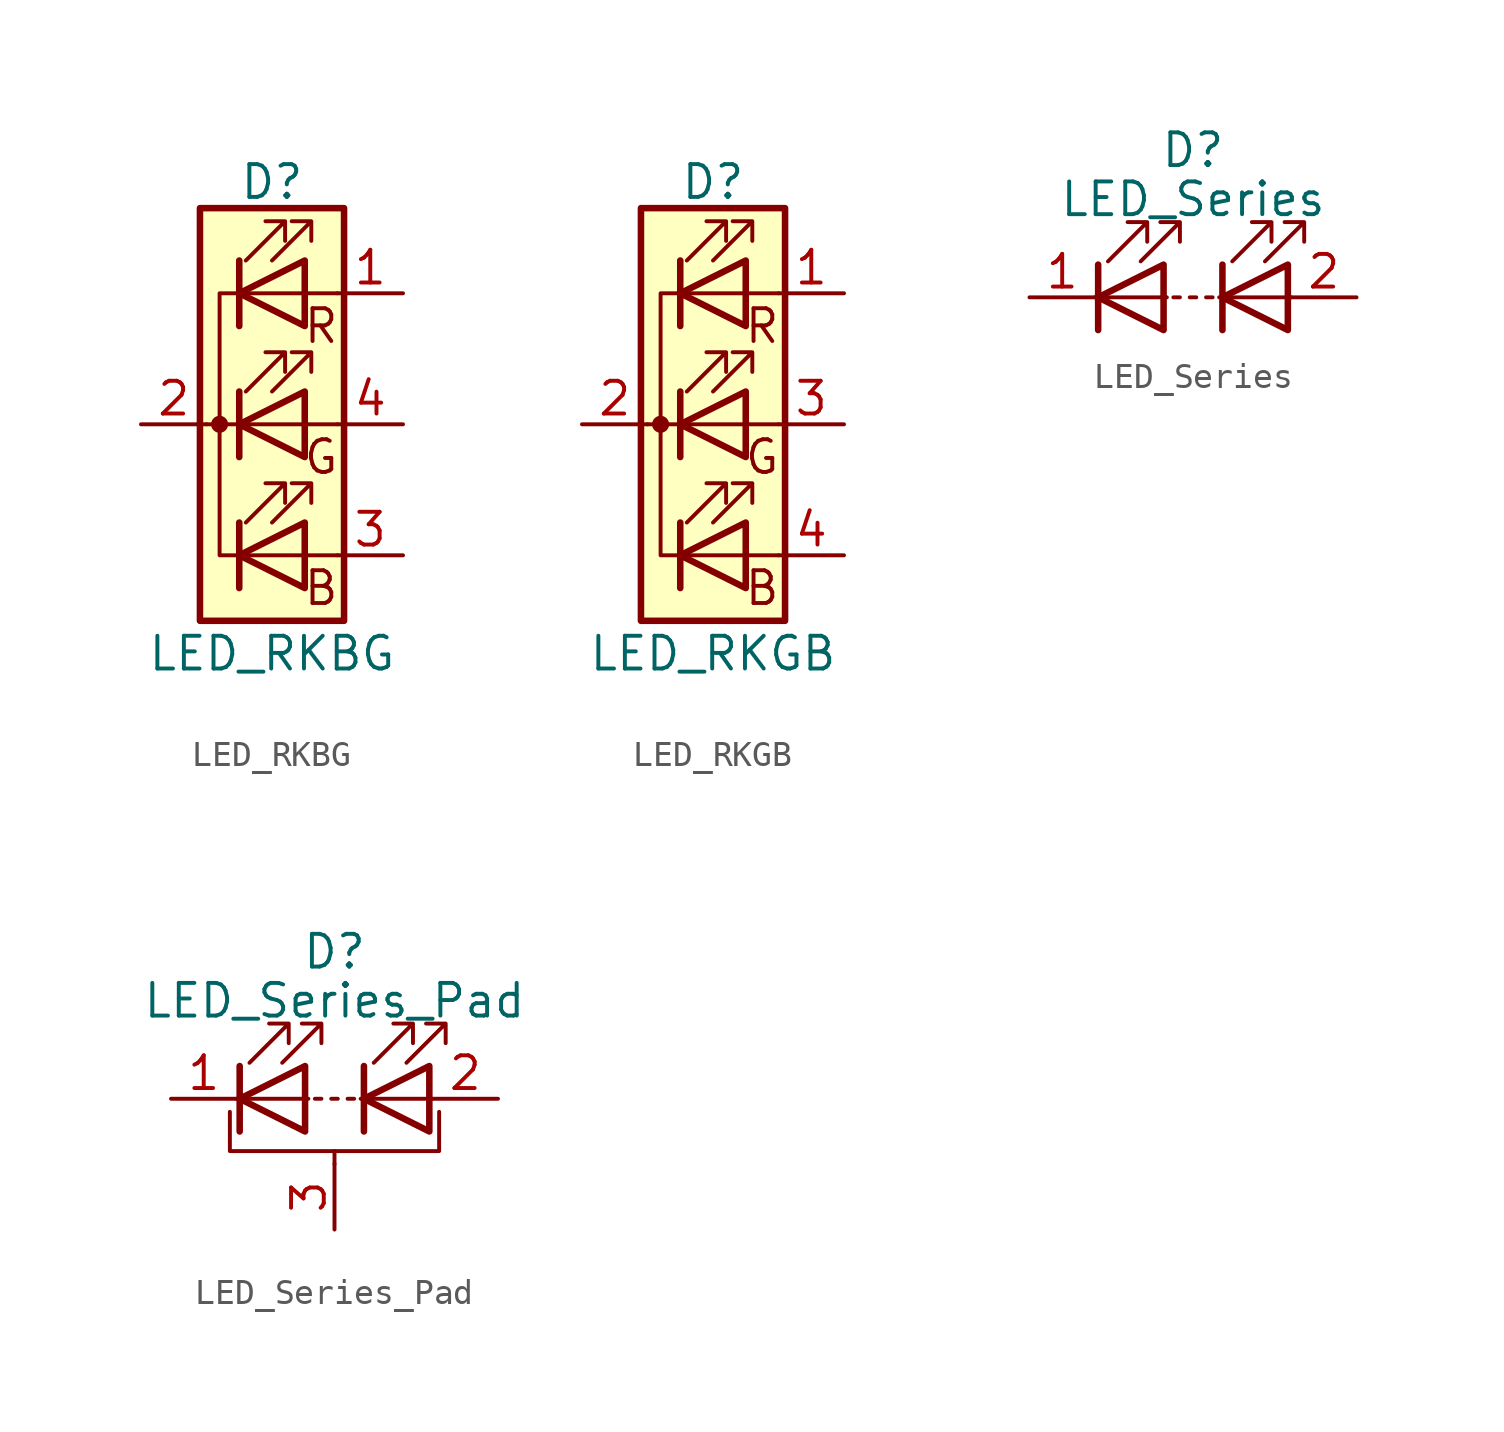
<source format=kicad_sym>
(kicad_symbol_lib
  (version 20241209)
  (generator "kicad_symbol_editor")
  (generator_version "9.0")
  (symbol "LED_RKBG"
    (pin_names
      (offset 0)
      (hide yes))
    (property "Reference" "D"
      (at 0 9.398 0)
      (effects (font (size 1.27 1.27))))
    (property "Value" "LED_RKBG"
      (at 0 -8.89 0)
      (effects (font (size 1.27 1.27))))
    (symbol "LED_RKBG_0_0"
      (text "R" (at 1.905 3.81 0) (effects (font (size 1.27 1.27))))
      (text "G" (at 1.905 -1.27 0) (effects (font (size 1.27 1.27))))
      (text "B" (at 1.905 -6.35 0) (effects (font (size 1.27 1.27)))))
    (symbol "LED_RKBG_0_1"
      (circle (center -2.032 0) (radius 0.254) (stroke (width 0) (type default)) (fill (type outline)))
      (polyline (pts (xy -1.27 6.35) (xy -1.27 3.81)) (stroke (width 0.254) (type default)) (fill (type none)))
      (polyline (pts (xy -1.27 6.35) (xy -1.27 3.81) (xy -1.27 3.81)) (stroke (width 0) (type default)) (fill (type none)))
      (polyline (pts (xy -1.27 5.08) (xy 1.27 5.08)) (stroke (width 0) (type default)) (fill (type none)))
      (polyline (pts (xy -1.27 5.08) (xy -2.032 5.08) (xy -2.032 -5.08) (xy -1.016 -5.08)) (stroke (width 0) (type default)) (fill (type none)))
      (polyline (pts (xy -1.27 1.27) (xy -1.27 -1.27)) (stroke (width 0.254) (type default)) (fill (type none)))
      (polyline (pts (xy -1.27 1.27) (xy -1.27 -1.27) (xy -1.27 -1.27)) (stroke (width 0) (type default)) (fill (type none)))
      (polyline (pts (xy -1.27 0) (xy -2.54 0)) (stroke (width 0) (type default)) (fill (type none)))
      (polyline (pts (xy -1.27 -3.81) (xy -1.27 -6.35)) (stroke (width 0.254) (type default)) (fill (type none)))
      (polyline (pts (xy -1.27 -5.08) (xy 1.27 -5.08)) (stroke (width 0) (type default)) (fill (type none)))
      (polyline (pts (xy -1.016 6.35) (xy 0.508 7.874) (xy -0.254 7.874) (xy 0.508 7.874) (xy 0.508 7.112)) (stroke (width 0) (type default)) (fill (type none)))
      (polyline (pts (xy -1.016 1.27) (xy 0.508 2.794) (xy -0.254 2.794) (xy 0.508 2.794) (xy 0.508 2.032)) (stroke (width 0) (type default)) (fill (type none)))
      (polyline (pts (xy -1.016 -3.81) (xy 0.508 -2.286) (xy -0.254 -2.286) (xy 0.508 -2.286) (xy 0.508 -3.048)) (stroke (width 0) (type default)) (fill (type none)))
      (polyline (pts (xy 0 6.35) (xy 1.524 7.874) (xy 0.762 7.874) (xy 1.524 7.874) (xy 1.524 7.112)) (stroke (width 0) (type default)) (fill (type none)))
      (polyline (pts (xy 0 1.27) (xy 1.524 2.794) (xy 0.762 2.794) (xy 1.524 2.794) (xy 1.524 2.032)) (stroke (width 0) (type default)) (fill (type none)))
      (polyline (pts (xy 0 -3.81) (xy 1.524 -2.286) (xy 0.762 -2.286) (xy 1.524 -2.286) (xy 1.524 -3.048)) (stroke (width 0) (type default)) (fill (type none)))
      (polyline (pts (xy 1.27 6.35) (xy 1.27 3.81) (xy -1.27 5.08) (xy 1.27 6.35)) (stroke (width 0.254) (type default)) (fill (type none)))
      (rectangle (start 1.27 6.35) (end 1.27 6.35) (stroke (width 0) (type default)) (fill (type none)))
      (polyline (pts (xy 1.27 5.08) (xy 2.54 5.08)) (stroke (width 0) (type default)) (fill (type none)))
      (rectangle (start 1.27 3.81) (end 1.27 6.35) (stroke (width 0) (type default)) (fill (type none)))
      (polyline (pts (xy 1.27 1.27) (xy 1.27 -1.27) (xy -1.27 0) (xy 1.27 1.27)) (stroke (width 0.254) (type default)) (fill (type none)))
      (rectangle (start 1.27 1.27) (end 1.27 1.27) (stroke (width 0) (type default)) (fill (type none)))
      (polyline (pts (xy 1.27 0) (xy -1.27 0)) (stroke (width 0) (type default)) (fill (type none)))
      (polyline (pts (xy 1.27 0) (xy 2.54 0)) (stroke (width 0) (type default)) (fill (type none)))
      (rectangle (start 1.27 -1.27) (end 1.27 1.27) (stroke (width 0) (type default)) (fill (type none)))
      (polyline (pts (xy 1.27 -3.81) (xy 1.27 -6.35) (xy -1.27 -5.08) (xy 1.27 -3.81)) (stroke (width 0.254) (type default)) (fill (type none)))
      (polyline (pts (xy 1.27 -5.08) (xy 2.54 -5.08)) (stroke (width 0) (type default)) (fill (type none)))
      (rectangle (start 2.794 8.382) (end -2.794 -7.62) (stroke (width 0.254) (type default)) (fill (type background))))
    (symbol "LED_RKBG_1_1"
      (pin passive line (at -5.08 0 0) (length 2.54) (name "K" (effects (font (size 1.27 1.27)))) (number "2" (effects (font (size 1.27 1.27)))))
      (pin passive line (at 5.08 5.08 180) (length 2.54) (name "RA" (effects (font (size 1.27 1.27)))) (number "1" (effects (font (size 1.27 1.27)))))
      (pin passive line (at 5.08 0 180) (length 2.54) (name "GA" (effects (font (size 1.27 1.27)))) (number "4" (effects (font (size 1.27 1.27)))))
      (pin passive line (at 5.08 -5.08 180) (length 2.54) (name "BA" (effects (font (size 1.27 1.27)))) (number "3" (effects (font (size 1.27 1.27)))))))
  (symbol "LED_RKGB"
    (pin_names
      (offset 0)
      (hide yes))
    (property "Reference" "D"
      (at 0 9.398 0)
      (effects (font (size 1.27 1.27))))
    (property "Value" "LED_RKGB"
      (at 0 -8.89 0)
      (effects (font (size 1.27 1.27))))
    (symbol "LED_RKGB_0_0"
      (text "R" (at 1.905 3.81 0) (effects (font (size 1.27 1.27))))
      (text "G" (at 1.905 -1.27 0) (effects (font (size 1.27 1.27))))
      (text "B" (at 1.905 -6.35 0) (effects (font (size 1.27 1.27)))))
    (symbol "LED_RKGB_0_1"
      (circle (center -2.032 0) (radius 0.254) (stroke (width 0) (type default)) (fill (type outline)))
      (polyline (pts (xy -1.27 6.35) (xy -1.27 3.81)) (stroke (width 0.254) (type default)) (fill (type none)))
      (polyline (pts (xy -1.27 6.35) (xy -1.27 3.81) (xy -1.27 3.81)) (stroke (width 0) (type default)) (fill (type none)))
      (polyline (pts (xy -1.27 5.08) (xy 1.27 5.08)) (stroke (width 0) (type default)) (fill (type none)))
      (polyline (pts (xy -1.27 5.08) (xy -2.032 5.08) (xy -2.032 -5.08) (xy -1.016 -5.08)) (stroke (width 0) (type default)) (fill (type none)))
      (polyline (pts (xy -1.27 1.27) (xy -1.27 -1.27)) (stroke (width 0.254) (type default)) (fill (type none)))
      (polyline (pts (xy -1.27 1.27) (xy -1.27 -1.27) (xy -1.27 -1.27)) (stroke (width 0) (type default)) (fill (type none)))
      (polyline (pts (xy -1.27 0) (xy -2.54 0)) (stroke (width 0) (type default)) (fill (type none)))
      (polyline (pts (xy -1.27 -3.81) (xy -1.27 -6.35)) (stroke (width 0.254) (type default)) (fill (type none)))
      (polyline (pts (xy -1.27 -5.08) (xy 1.27 -5.08)) (stroke (width 0) (type default)) (fill (type none)))
      (polyline (pts (xy -1.016 6.35) (xy 0.508 7.874) (xy -0.254 7.874) (xy 0.508 7.874) (xy 0.508 7.112)) (stroke (width 0) (type default)) (fill (type none)))
      (polyline (pts (xy -1.016 1.27) (xy 0.508 2.794) (xy -0.254 2.794) (xy 0.508 2.794) (xy 0.508 2.032)) (stroke (width 0) (type default)) (fill (type none)))
      (polyline (pts (xy -1.016 -3.81) (xy 0.508 -2.286) (xy -0.254 -2.286) (xy 0.508 -2.286) (xy 0.508 -3.048)) (stroke (width 0) (type default)) (fill (type none)))
      (polyline (pts (xy 0 6.35) (xy 1.524 7.874) (xy 0.762 7.874) (xy 1.524 7.874) (xy 1.524 7.112)) (stroke (width 0) (type default)) (fill (type none)))
      (polyline (pts (xy 0 1.27) (xy 1.524 2.794) (xy 0.762 2.794) (xy 1.524 2.794) (xy 1.524 2.032)) (stroke (width 0) (type default)) (fill (type none)))
      (polyline (pts (xy 0 -3.81) (xy 1.524 -2.286) (xy 0.762 -2.286) (xy 1.524 -2.286) (xy 1.524 -3.048)) (stroke (width 0) (type default)) (fill (type none)))
      (polyline (pts (xy 1.27 6.35) (xy 1.27 3.81) (xy -1.27 5.08) (xy 1.27 6.35)) (stroke (width 0.254) (type default)) (fill (type none)))
      (rectangle (start 1.27 6.35) (end 1.27 6.35) (stroke (width 0) (type default)) (fill (type none)))
      (polyline (pts (xy 1.27 5.08) (xy 2.54 5.08)) (stroke (width 0) (type default)) (fill (type none)))
      (rectangle (start 1.27 3.81) (end 1.27 6.35) (stroke (width 0) (type default)) (fill (type none)))
      (polyline (pts (xy 1.27 1.27) (xy 1.27 -1.27) (xy -1.27 0) (xy 1.27 1.27)) (stroke (width 0.254) (type default)) (fill (type none)))
      (rectangle (start 1.27 1.27) (end 1.27 1.27) (stroke (width 0) (type default)) (fill (type none)))
      (polyline (pts (xy 1.27 0) (xy -1.27 0)) (stroke (width 0) (type default)) (fill (type none)))
      (polyline (pts (xy 1.27 0) (xy 2.54 0)) (stroke (width 0) (type default)) (fill (type none)))
      (rectangle (start 1.27 -1.27) (end 1.27 1.27) (stroke (width 0) (type default)) (fill (type none)))
      (polyline (pts (xy 1.27 -3.81) (xy 1.27 -6.35) (xy -1.27 -5.08) (xy 1.27 -3.81)) (stroke (width 0.254) (type default)) (fill (type none)))
      (polyline (pts (xy 1.27 -5.08) (xy 2.54 -5.08)) (stroke (width 0) (type default)) (fill (type none)))
      (rectangle (start 2.794 8.382) (end -2.794 -7.62) (stroke (width 0.254) (type default)) (fill (type background))))
    (symbol "LED_RKGB_1_1"
      (pin passive line (at -5.08 0 0) (length 2.54) (name "K" (effects (font (size 1.27 1.27)))) (number "2" (effects (font (size 1.27 1.27)))))
      (pin passive line (at 5.08 5.08 180) (length 2.54) (name "RA" (effects (font (size 1.27 1.27)))) (number "1" (effects (font (size 1.27 1.27)))))
      (pin passive line (at 5.08 0 180) (length 2.54) (name "GA" (effects (font (size 1.27 1.27)))) (number "3" (effects (font (size 1.27 1.27)))))
      (pin passive line (at 5.08 -5.08 180) (length 2.54) (name "BA" (effects (font (size 1.27 1.27)))) (number "4" (effects (font (size 1.27 1.27)))))))
  (symbol "LED_Series"
    (pin_names
      (offset 1.016)
      (hide yes))
    (property "Reference" "D"
      (at 0 5.715 0)
      (effects (font (size 1.27 1.27))))
    (property "Value" "LED_Series"
      (at 0 3.81 0)
      (effects (font (size 1.27 1.27))))
    (symbol "LED_Series_0_1"
      (polyline (pts (xy -3.81 0) (xy -1.016 0)) (stroke (width 0) (type default)) (fill (type none)))
      (polyline (pts (xy -3.683 -1.27) (xy -3.683 1.27)) (stroke (width 0.254) (type default)) (fill (type none)))
      (polyline (pts (xy -3.302 1.397) (xy -1.778 2.921) (xy -2.54 2.921) (xy -1.778 2.921) (xy -1.778 2.159)) (stroke (width 0) (type default)) (fill (type none)))
      (polyline (pts (xy -2.032 1.397) (xy -0.508 2.921) (xy -1.27 2.921) (xy -0.508 2.921) (xy -0.508 2.159)) (stroke (width 0) (type default)) (fill (type none)))
      (polyline (pts (xy -1.143 -1.27) (xy -1.143 1.27) (xy -3.683 0) (xy -1.143 -1.27)) (stroke (width 0.254) (type default)) (fill (type none)))
      (polyline (pts (xy -0.508 0) (xy -0.762 0)) (stroke (width 0) (type default)) (fill (type none)))
      (polyline (pts (xy 0.127 0) (xy -0.127 0)) (stroke (width 0) (type default)) (fill (type none)))
      (polyline (pts (xy 0.508 0) (xy 0.762 0)) (stroke (width 0) (type default)) (fill (type none)))
      (polyline (pts (xy 1.016 0) (xy 3.81 0)) (stroke (width 0) (type default)) (fill (type none)))
      (polyline (pts (xy 1.143 -1.27) (xy 1.143 1.27)) (stroke (width 0.254) (type default)) (fill (type none)))
      (polyline (pts (xy 1.524 1.397) (xy 3.048 2.921) (xy 2.286 2.921) (xy 3.048 2.921) (xy 3.048 2.159)) (stroke (width 0) (type default)) (fill (type none)))
      (polyline (pts (xy 2.794 1.397) (xy 4.318 2.921) (xy 3.556 2.921) (xy 4.318 2.921) (xy 4.318 2.159)) (stroke (width 0) (type default)) (fill (type none)))
      (polyline (pts (xy 3.683 -1.27) (xy 3.683 1.27) (xy 1.143 0) (xy 3.683 -1.27)) (stroke (width 0.254) (type default)) (fill (type none))))
    (symbol "LED_Series_1_1"
      (pin passive line (at -6.35 0 0) (length 2.54) (name "K" (effects (font (size 1.27 1.27)))) (number "1" (effects (font (size 1.27 1.27)))))
      (pin passive line (at 6.35 0 180) (length 2.54) (name "A" (effects (font (size 1.27 1.27)))) (number "2" (effects (font (size 1.27 1.27)))))))
  (symbol "LED_Series_Pad"
    (pin_names
      (offset 1.016)
      (hide yes))
    (property "Reference" "D"
      (at 0 5.715 0)
      (effects (font (size 1.27 1.27))))
    (property "Value" "LED_Series_Pad"
      (at 0 3.81 0)
      (effects (font (size 1.27 1.27))))
    (symbol "LED_Series_Pad_0_1"
      (polyline (pts (xy -4.064 -0.508) (xy -4.064 -2.032) (xy 4.064 -2.032) (xy 4.064 -0.508)) (stroke (width 0) (type default)) (fill (type none)))
      (polyline (pts (xy -3.81 0) (xy -1.016 0)) (stroke (width 0) (type default)) (fill (type none)))
      (polyline (pts (xy -3.683 -1.27) (xy -3.683 1.27)) (stroke (width 0.254) (type default)) (fill (type none)))
      (polyline (pts (xy -3.302 1.397) (xy -1.778 2.921) (xy -2.54 2.921) (xy -1.778 2.921) (xy -1.778 2.159)) (stroke (width 0) (type default)) (fill (type none)))
      (polyline (pts (xy -2.032 1.397) (xy -0.508 2.921) (xy -1.27 2.921) (xy -0.508 2.921) (xy -0.508 2.159)) (stroke (width 0) (type default)) (fill (type none)))
      (polyline (pts (xy -1.143 -1.27) (xy -1.143 1.27) (xy -3.683 0) (xy -1.143 -1.27)) (stroke (width 0.254) (type default)) (fill (type none)))
      (polyline (pts (xy -0.508 0) (xy -0.762 0)) (stroke (width 0) (type default)) (fill (type none)))
      (polyline (pts (xy 0 -2.54) (xy 0 -2.032)) (stroke (width 0) (type default)) (fill (type none)))
      (polyline (pts (xy 0.127 0) (xy -0.127 0)) (stroke (width 0) (type default)) (fill (type none)))
      (polyline (pts (xy 0.508 0) (xy 0.762 0)) (stroke (width 0) (type default)) (fill (type none)))
      (polyline (pts (xy 1.016 0) (xy 3.81 0)) (stroke (width 0) (type default)) (fill (type none)))
      (polyline (pts (xy 1.143 -1.27) (xy 1.143 1.27)) (stroke (width 0.254) (type default)) (fill (type none)))
      (polyline (pts (xy 1.524 1.397) (xy 3.048 2.921) (xy 2.286 2.921) (xy 3.048 2.921) (xy 3.048 2.159)) (stroke (width 0) (type default)) (fill (type none)))
      (polyline (pts (xy 2.794 1.397) (xy 4.318 2.921) (xy 3.556 2.921) (xy 4.318 2.921) (xy 4.318 2.159)) (stroke (width 0) (type default)) (fill (type none)))
      (polyline (pts (xy 3.683 -1.27) (xy 3.683 1.27) (xy 1.143 0) (xy 3.683 -1.27)) (stroke (width 0.254) (type default)) (fill (type none))))
    (symbol "LED_Series_Pad_1_1"
      (pin passive line (at -6.35 0 0) (length 2.54) (name "K" (effects (font (size 1.27 1.27)))) (number "1" (effects (font (size 1.27 1.27)))))
      (pin passive line (at 0 -5.08 90) (length 2.54) (name "PAD" (effects (font (size 1.27 1.27)))) (number "3" (effects (font (size 1.27 1.27)))))
      (pin passive line (at 6.35 0 180) (length 2.54) (name "A" (effects (font (size 1.27 1.27)))) (number "2" (effects (font (size 1.27 1.27))))))))
</source>
